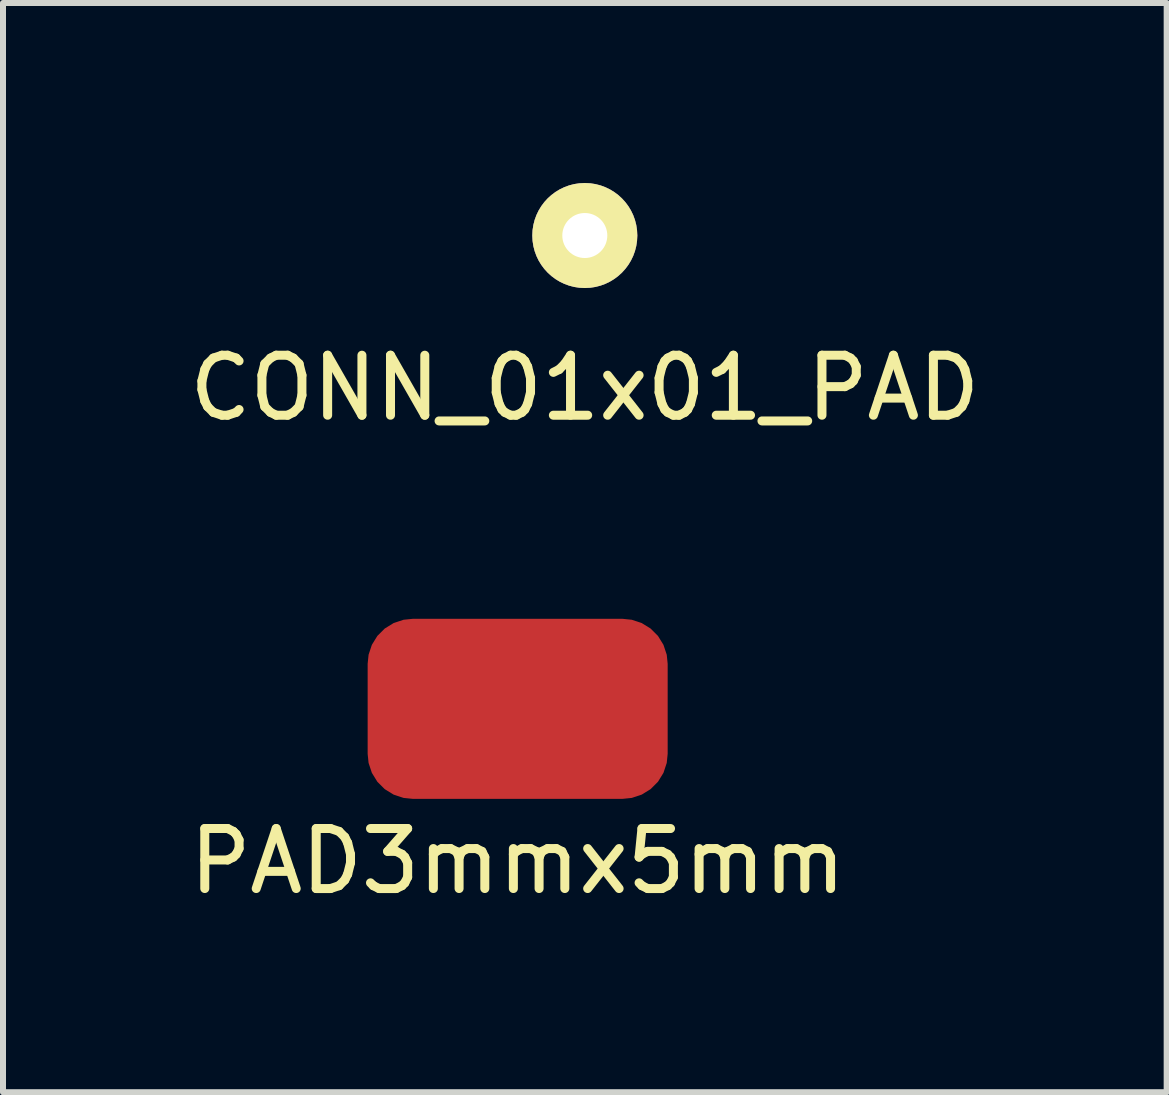
<source format=kicad_pcb>
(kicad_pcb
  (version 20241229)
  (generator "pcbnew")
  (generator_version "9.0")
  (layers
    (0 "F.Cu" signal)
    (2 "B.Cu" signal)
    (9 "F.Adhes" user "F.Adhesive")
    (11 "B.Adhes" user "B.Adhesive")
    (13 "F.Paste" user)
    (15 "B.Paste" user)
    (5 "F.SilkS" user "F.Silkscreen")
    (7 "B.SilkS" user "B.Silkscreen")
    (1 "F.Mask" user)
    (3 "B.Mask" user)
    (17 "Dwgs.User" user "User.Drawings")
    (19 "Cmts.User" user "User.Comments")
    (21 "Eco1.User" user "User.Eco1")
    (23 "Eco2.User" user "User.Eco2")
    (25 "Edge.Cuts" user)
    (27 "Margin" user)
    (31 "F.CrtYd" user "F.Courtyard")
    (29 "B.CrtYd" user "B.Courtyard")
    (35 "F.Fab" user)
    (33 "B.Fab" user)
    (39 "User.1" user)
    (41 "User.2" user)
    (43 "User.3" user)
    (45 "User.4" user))
  (footprint "CONN_01x01_PAD"
    (layer "F.Cu")
    (at 6.696 0.875)
    (property "Reference" "CONN_01x01_PAD" (at 0 2.54 0) (layer "F.SilkS") (effects (font (size 1 1) (thickness 0.15))))
    (attr through_hole)
    (pad "1" thru_hole circle (at 0 0) (size 1.75 1.75) (drill 0.75) (layers "*.Cu" "*.Mask" "F.SilkS")))
  (footprint "PAD3mmx5mm"
    (layer "F.Cu")
    (at 5.577 8.763)
    (property "Reference" "PAD3mmx5mm" (at 0 2.54 0) (layer "F.SilkS") (effects (font (size 1 1) (thickness 0.15))))
    (attr through_hole)
    (pad "1" smd roundrect (at 0 0) (size 5 3) (layers "F.Cu" "F.Mask" "F.Paste") (roundrect_rratio 0.25)))
  (gr_rect
    (start -3 -3)
    (end 16.393 15.152)
    (stroke (width 0.1) (type default))
    (fill no)
    (layer "Edge.Cuts")))
</source>
